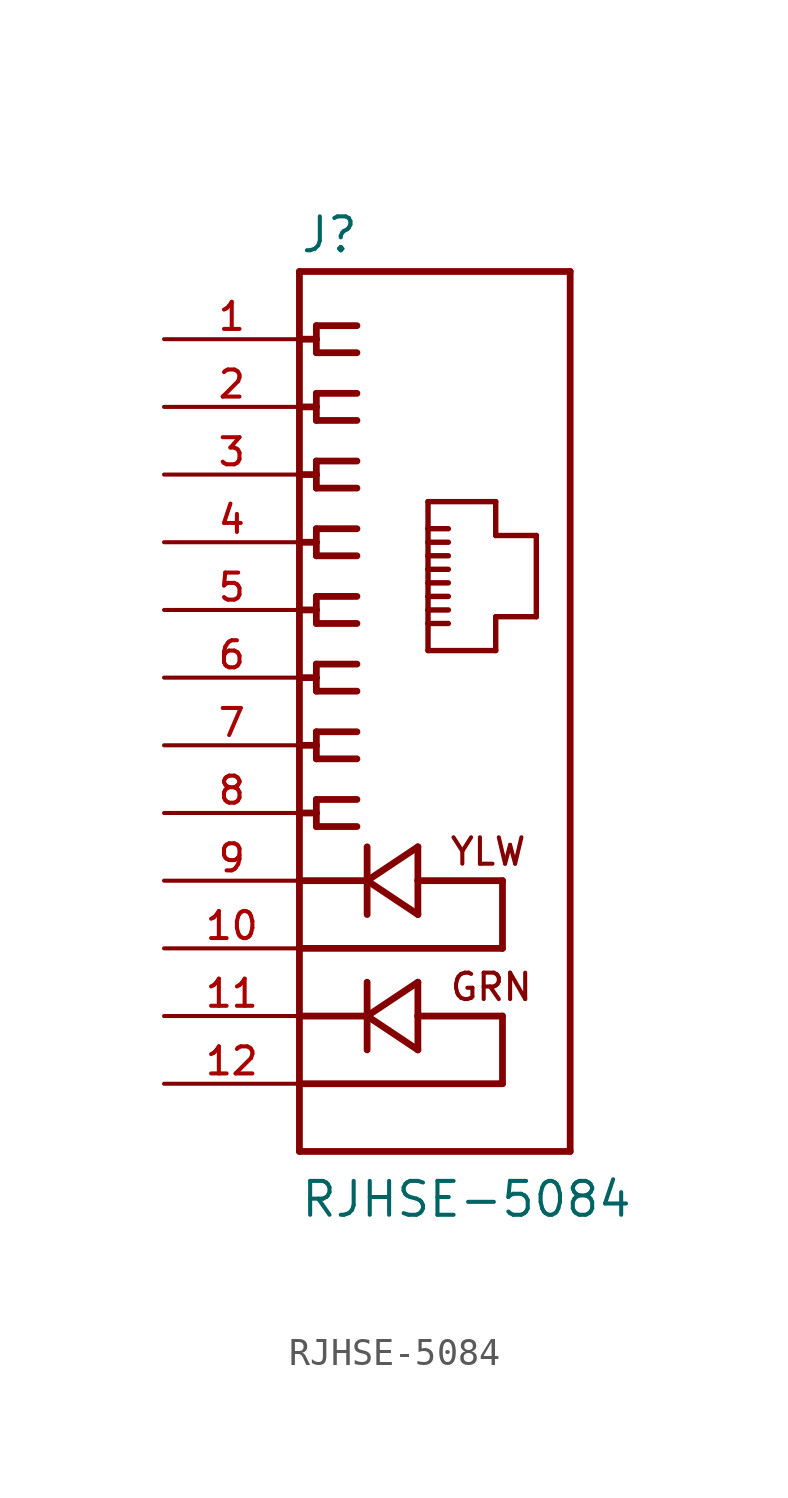
<source format=kicad_sym>
(kicad_symbol_lib
  (version 20220914)
  (generator kicad_symbol_editor)
  (symbol "RJHSE-5084"
    (pin_names
      (offset 1.016) hide)
    (property "Reference" "J"
      (at -5.08 18.415 0)
      (effects (font (size 1.27 1.27)) (justify left bottom)))
    (property "Value" "RJHSE-5084"
      (at -5.08 -17.78 0)
      (effects (font (size 1.27 1.27)) (justify left bottom)))
    (property "ki_locked" ""
      (at 0 0 0)
      (effects (font (size 1.27 1.27))))
    (symbol "RJHSE-5084_0_0"
      (polyline (pts (xy -5.08 -15.24) (xy -5.08 -12.7)) (stroke (width 0.254) (type default)) (fill (type none)))
      (polyline (pts (xy -5.08 -12.7) (xy -5.08 -10.16)) (stroke (width 0.254) (type default)) (fill (type none)))
      (polyline (pts (xy -5.08 -10.16) (xy -5.08 -7.62)) (stroke (width 0.254) (type default)) (fill (type none)))
      (polyline (pts (xy -5.08 -10.16) (xy -2.54 -10.16)) (stroke (width 0.254) (type default)) (fill (type none)))
      (polyline (pts (xy -5.08 -7.62) (xy -5.08 -5.08)) (stroke (width 0.254) (type default)) (fill (type none)))
      (polyline (pts (xy -5.08 -5.08) (xy -5.08 17.78)) (stroke (width 0.254) (type default)) (fill (type none)))
      (polyline (pts (xy -5.08 -5.08) (xy -2.54 -5.08)) (stroke (width 0.254) (type default)) (fill (type none)))
      (polyline (pts (xy -5.08 -2.54) (xy -4.445 -2.54)) (stroke (width 0.254) (type default)) (fill (type none)))
      (polyline (pts (xy -5.08 0) (xy -4.445 0)) (stroke (width 0.254) (type default)) (fill (type none)))
      (polyline (pts (xy -5.08 2.54) (xy -4.445 2.54)) (stroke (width 0.254) (type default)) (fill (type none)))
      (polyline (pts (xy -5.08 5.08) (xy -4.445 5.08)) (stroke (width 0.254) (type default)) (fill (type none)))
      (polyline (pts (xy -5.08 7.62) (xy -4.445 7.62)) (stroke (width 0.254) (type default)) (fill (type none)))
      (polyline (pts (xy -5.08 10.16) (xy -4.445 10.16)) (stroke (width 0.254) (type default)) (fill (type none)))
      (polyline (pts (xy -5.08 12.7) (xy -4.445 12.7)) (stroke (width 0.254) (type default)) (fill (type none)))
      (polyline (pts (xy -5.08 15.24) (xy -4.445 15.24)) (stroke (width 0.254) (type default)) (fill (type none)))
      (polyline (pts (xy -5.08 17.78) (xy 5.08 17.78)) (stroke (width 0.254) (type default)) (fill (type none)))
      (polyline (pts (xy -4.445 -3.048) (xy -2.921 -3.048)) (stroke (width 0.254) (type default)) (fill (type none)))
      (polyline (pts (xy -4.445 -2.54) (xy -4.445 -3.048)) (stroke (width 0.254) (type default)) (fill (type none)))
      (polyline (pts (xy -4.445 -2.032) (xy -4.445 -2.54)) (stroke (width 0.254) (type default)) (fill (type none)))
      (polyline (pts (xy -4.445 -0.508) (xy -2.921 -0.508)) (stroke (width 0.254) (type default)) (fill (type none)))
      (polyline (pts (xy -4.445 0) (xy -4.445 -0.508)) (stroke (width 0.254) (type default)) (fill (type none)))
      (polyline (pts (xy -4.445 0.508) (xy -4.445 0)) (stroke (width 0.254) (type default)) (fill (type none)))
      (polyline (pts (xy -4.445 2.032) (xy -2.921 2.032)) (stroke (width 0.254) (type default)) (fill (type none)))
      (polyline (pts (xy -4.445 2.54) (xy -4.445 2.032)) (stroke (width 0.254) (type default)) (fill (type none)))
      (polyline (pts (xy -4.445 3.048) (xy -4.445 2.54)) (stroke (width 0.254) (type default)) (fill (type none)))
      (polyline (pts (xy -4.445 4.572) (xy -2.921 4.572)) (stroke (width 0.254) (type default)) (fill (type none)))
      (polyline (pts (xy -4.445 5.08) (xy -4.445 4.572)) (stroke (width 0.254) (type default)) (fill (type none)))
      (polyline (pts (xy -4.445 5.588) (xy -4.445 5.08)) (stroke (width 0.254) (type default)) (fill (type none)))
      (polyline (pts (xy -4.445 7.112) (xy -2.921 7.112)) (stroke (width 0.254) (type default)) (fill (type none)))
      (polyline (pts (xy -4.445 7.62) (xy -4.445 7.112)) (stroke (width 0.254) (type default)) (fill (type none)))
      (polyline (pts (xy -4.445 8.128) (xy -4.445 7.62)) (stroke (width 0.254) (type default)) (fill (type none)))
      (polyline (pts (xy -4.445 9.652) (xy -2.921 9.652)) (stroke (width 0.254) (type default)) (fill (type none)))
      (polyline (pts (xy -4.445 10.16) (xy -4.445 9.652)) (stroke (width 0.254) (type default)) (fill (type none)))
      (polyline (pts (xy -4.445 10.668) (xy -4.445 10.16)) (stroke (width 0.254) (type default)) (fill (type none)))
      (polyline (pts (xy -4.445 12.192) (xy -2.921 12.192)) (stroke (width 0.254) (type default)) (fill (type none)))
      (polyline (pts (xy -4.445 12.7) (xy -4.445 12.192)) (stroke (width 0.254) (type default)) (fill (type none)))
      (polyline (pts (xy -4.445 13.208) (xy -4.445 12.7)) (stroke (width 0.254) (type default)) (fill (type none)))
      (polyline (pts (xy -4.445 14.732) (xy -2.921 14.732)) (stroke (width 0.254) (type default)) (fill (type none)))
      (polyline (pts (xy -4.445 15.24) (xy -4.445 14.732)) (stroke (width 0.254) (type default)) (fill (type none)))
      (polyline (pts (xy -4.445 15.748) (xy -4.445 15.24)) (stroke (width 0.254) (type default)) (fill (type none)))
      (polyline (pts (xy -2.921 -2.032) (xy -4.445 -2.032)) (stroke (width 0.254) (type default)) (fill (type none)))
      (polyline (pts (xy -2.921 0.508) (xy -4.445 0.508)) (stroke (width 0.254) (type default)) (fill (type none)))
      (polyline (pts (xy -2.921 3.048) (xy -4.445 3.048)) (stroke (width 0.254) (type default)) (fill (type none)))
      (polyline (pts (xy -2.921 5.588) (xy -4.445 5.588)) (stroke (width 0.254) (type default)) (fill (type none)))
      (polyline (pts (xy -2.921 8.128) (xy -4.445 8.128)) (stroke (width 0.254) (type default)) (fill (type none)))
      (polyline (pts (xy -2.921 10.668) (xy -4.445 10.668)) (stroke (width 0.254) (type default)) (fill (type none)))
      (polyline (pts (xy -2.921 13.208) (xy -4.445 13.208)) (stroke (width 0.254) (type default)) (fill (type none)))
      (polyline (pts (xy -2.921 15.748) (xy -4.445 15.748)) (stroke (width 0.254) (type default)) (fill (type none)))
      (polyline (pts (xy -2.54 -10.16) (xy -2.54 -11.43)) (stroke (width 0.254) (type default)) (fill (type none)))
      (polyline (pts (xy -2.54 -10.16) (xy -0.635 -8.89)) (stroke (width 0.254) (type default)) (fill (type none)))
      (polyline (pts (xy -2.54 -8.89) (xy -2.54 -10.16)) (stroke (width 0.254) (type default)) (fill (type none)))
      (polyline (pts (xy -2.54 -5.08) (xy -2.54 -6.35)) (stroke (width 0.254) (type default)) (fill (type none)))
      (polyline (pts (xy -2.54 -5.08) (xy -0.635 -3.81)) (stroke (width 0.254) (type default)) (fill (type none)))
      (polyline (pts (xy -2.54 -3.81) (xy -2.54 -5.08)) (stroke (width 0.254) (type default)) (fill (type none)))
      (polyline (pts (xy -0.635 -11.43) (xy -2.54 -10.16)) (stroke (width 0.254) (type default)) (fill (type none)))
      (polyline (pts (xy -0.635 -10.16) (xy -0.635 -11.43)) (stroke (width 0.254) (type default)) (fill (type none)))
      (polyline (pts (xy -0.635 -10.16) (xy 2.54 -10.16)) (stroke (width 0.254) (type default)) (fill (type none)))
      (polyline (pts (xy -0.635 -8.89) (xy -0.635 -10.16)) (stroke (width 0.254) (type default)) (fill (type none)))
      (polyline (pts (xy -0.635 -6.35) (xy -2.54 -5.08)) (stroke (width 0.254) (type default)) (fill (type none)))
      (polyline (pts (xy -0.635 -5.08) (xy -0.635 -6.35)) (stroke (width 0.254) (type default)) (fill (type none)))
      (polyline (pts (xy -0.635 -5.08) (xy 2.54 -5.08)) (stroke (width 0.254) (type default)) (fill (type none)))
      (polyline (pts (xy -0.635 -3.81) (xy -0.635 -5.08)) (stroke (width 0.254) (type default)) (fill (type none)))
      (polyline (pts (xy -0.254 3.556) (xy 2.286 3.556)) (stroke (width 0.203) (type default)) (fill (type none)))
      (polyline (pts (xy -0.254 4.572) (xy -0.254 3.556)) (stroke (width 0.203) (type default)) (fill (type none)))
      (polyline (pts (xy -0.254 4.572) (xy 0.508 4.572)) (stroke (width 0.203) (type default)) (fill (type none)))
      (polyline (pts (xy -0.254 5.08) (xy -0.254 4.572)) (stroke (width 0.203) (type default)) (fill (type none)))
      (polyline (pts (xy -0.254 5.08) (xy 0.508 5.08)) (stroke (width 0.203) (type default)) (fill (type none)))
      (polyline (pts (xy -0.254 5.588) (xy -0.254 5.08)) (stroke (width 0.203) (type default)) (fill (type none)))
      (polyline (pts (xy -0.254 5.588) (xy 0.508 5.588)) (stroke (width 0.203) (type default)) (fill (type none)))
      (polyline (pts (xy -0.254 6.096) (xy -0.254 5.588)) (stroke (width 0.203) (type default)) (fill (type none)))
      (polyline (pts (xy -0.254 6.096) (xy 0.508 6.096)) (stroke (width 0.203) (type default)) (fill (type none)))
      (polyline (pts (xy -0.254 6.604) (xy -0.254 6.096)) (stroke (width 0.203) (type default)) (fill (type none)))
      (polyline (pts (xy -0.254 6.604) (xy 0.508 6.604)) (stroke (width 0.203) (type default)) (fill (type none)))
      (polyline (pts (xy -0.254 7.112) (xy -0.254 6.604)) (stroke (width 0.203) (type default)) (fill (type none)))
      (polyline (pts (xy -0.254 7.112) (xy 0.508 7.112)) (stroke (width 0.203) (type default)) (fill (type none)))
      (polyline (pts (xy -0.254 7.62) (xy -0.254 7.112)) (stroke (width 0.203) (type default)) (fill (type none)))
      (polyline (pts (xy -0.254 7.62) (xy 0.508 7.62)) (stroke (width 0.203) (type default)) (fill (type none)))
      (polyline (pts (xy -0.254 8.128) (xy -0.254 7.62)) (stroke (width 0.203) (type default)) (fill (type none)))
      (polyline (pts (xy -0.254 8.128) (xy 0.508 8.128)) (stroke (width 0.203) (type default)) (fill (type none)))
      (polyline (pts (xy -0.254 9.144) (xy -0.254 8.128)) (stroke (width 0.203) (type default)) (fill (type none)))
      (polyline (pts (xy 2.286 3.556) (xy 2.286 4.826)) (stroke (width 0.203) (type default)) (fill (type none)))
      (polyline (pts (xy 2.286 4.826) (xy 3.81 4.826)) (stroke (width 0.203) (type default)) (fill (type none)))
      (polyline (pts (xy 2.286 7.874) (xy 2.286 9.144)) (stroke (width 0.203) (type default)) (fill (type none)))
      (polyline (pts (xy 2.286 9.144) (xy -0.254 9.144)) (stroke (width 0.203) (type default)) (fill (type none)))
      (polyline (pts (xy 2.54 -12.7) (xy -5.08 -12.7)) (stroke (width 0.254) (type default)) (fill (type none)))
      (polyline (pts (xy 2.54 -10.16) (xy 2.54 -12.7)) (stroke (width 0.254) (type default)) (fill (type none)))
      (polyline (pts (xy 2.54 -7.62) (xy -5.08 -7.62)) (stroke (width 0.254) (type default)) (fill (type none)))
      (polyline (pts (xy 2.54 -5.08) (xy 2.54 -7.62)) (stroke (width 0.254) (type default)) (fill (type none)))
      (polyline (pts (xy 3.81 4.826) (xy 3.81 7.874)) (stroke (width 0.203) (type default)) (fill (type none)))
      (polyline (pts (xy 3.81 7.874) (xy 2.286 7.874)) (stroke (width 0.203) (type default)) (fill (type none)))
      (polyline (pts (xy 5.08 -15.24) (xy -5.08 -15.24)) (stroke (width 0.254) (type default)) (fill (type none)))
      (polyline (pts (xy 5.08 17.78) (xy 5.08 -15.24)) (stroke (width 0.254) (type default)) (fill (type none)))
      (text "GRN" (at 0.508 -9.652 0) (effects (font (size 0.991 0.991)) (justify left bottom)))
      (text "YLW" (at 0.508 -4.572 0) (effects (font (size 0.991 0.991)) (justify left bottom)))
      (pin passive line (at -10.16 15.24 0) (length 5.08) (name "~" (effects (font (size 1.016 1.016)))) (number "1" (effects (font (size 1.016 1.016)))))
      (pin passive line (at -10.16 -7.62 0) (length 5.08) (name "~" (effects (font (size 1.016 1.016)))) (number "10" (effects (font (size 1.016 1.016)))))
      (pin passive line (at -10.16 -10.16 0) (length 5.08) (name "~" (effects (font (size 1.016 1.016)))) (number "11" (effects (font (size 1.016 1.016)))))
      (pin passive line (at -10.16 -12.7 0) (length 5.08) (name "~" (effects (font (size 1.016 1.016)))) (number "12" (effects (font (size 1.016 1.016)))))
      (pin passive line (at -10.16 12.7 0) (length 5.08) (name "~" (effects (font (size 1.016 1.016)))) (number "2" (effects (font (size 1.016 1.016)))))
      (pin passive line (at -10.16 10.16 0) (length 5.08) (name "~" (effects (font (size 1.016 1.016)))) (number "3" (effects (font (size 1.016 1.016)))))
      (pin passive line (at -10.16 7.62 0) (length 5.08) (name "~" (effects (font (size 1.016 1.016)))) (number "4" (effects (font (size 1.016 1.016)))))
      (pin passive line (at -10.16 5.08 0) (length 5.08) (name "~" (effects (font (size 1.016 1.016)))) (number "5" (effects (font (size 1.016 1.016)))))
      (pin passive line (at -10.16 2.54 0) (length 5.08) (name "~" (effects (font (size 1.016 1.016)))) (number "6" (effects (font (size 1.016 1.016)))))
      (pin passive line (at -10.16 0 0) (length 5.08) (name "~" (effects (font (size 1.016 1.016)))) (number "7" (effects (font (size 1.016 1.016)))))
      (pin passive line (at -10.16 -2.54 0) (length 5.08) (name "~" (effects (font (size 1.016 1.016)))) (number "8" (effects (font (size 1.016 1.016)))))
      (pin passive line (at -10.16 -5.08 0) (length 5.08) (name "~" (effects (font (size 1.016 1.016)))) (number "9" (effects (font (size 1.016 1.016))))))))
</source>
